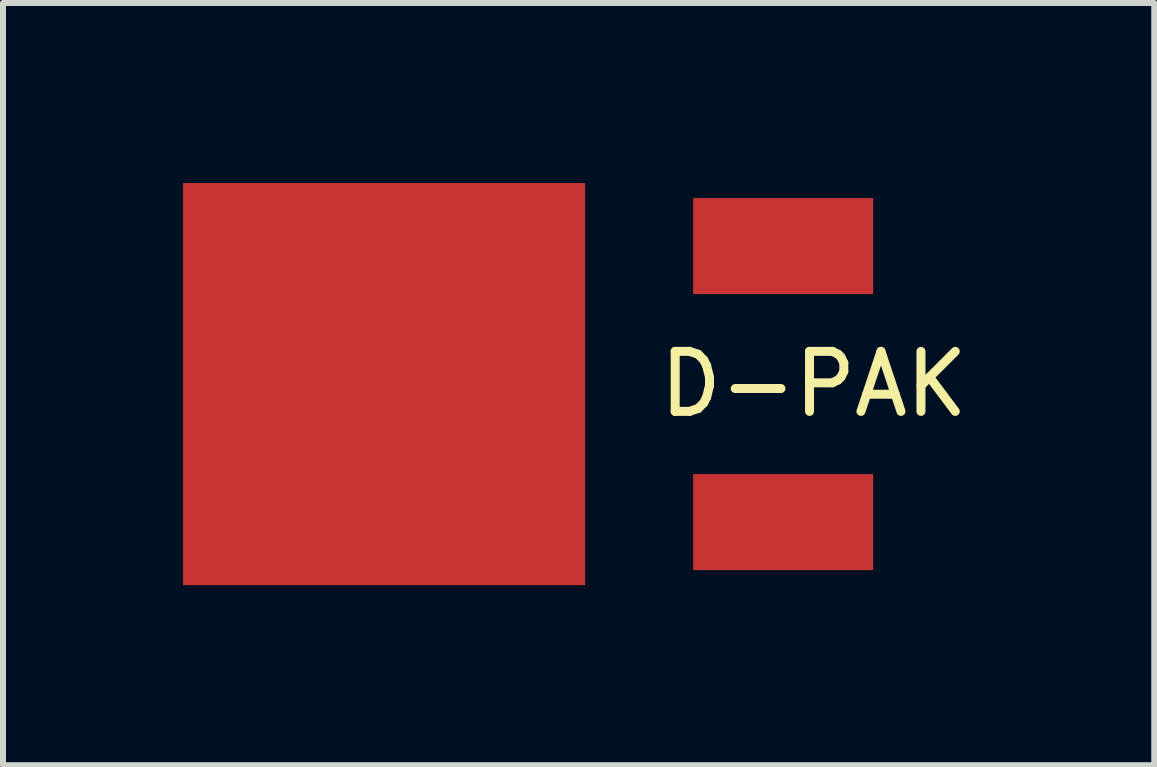
<source format=kicad_pcb>
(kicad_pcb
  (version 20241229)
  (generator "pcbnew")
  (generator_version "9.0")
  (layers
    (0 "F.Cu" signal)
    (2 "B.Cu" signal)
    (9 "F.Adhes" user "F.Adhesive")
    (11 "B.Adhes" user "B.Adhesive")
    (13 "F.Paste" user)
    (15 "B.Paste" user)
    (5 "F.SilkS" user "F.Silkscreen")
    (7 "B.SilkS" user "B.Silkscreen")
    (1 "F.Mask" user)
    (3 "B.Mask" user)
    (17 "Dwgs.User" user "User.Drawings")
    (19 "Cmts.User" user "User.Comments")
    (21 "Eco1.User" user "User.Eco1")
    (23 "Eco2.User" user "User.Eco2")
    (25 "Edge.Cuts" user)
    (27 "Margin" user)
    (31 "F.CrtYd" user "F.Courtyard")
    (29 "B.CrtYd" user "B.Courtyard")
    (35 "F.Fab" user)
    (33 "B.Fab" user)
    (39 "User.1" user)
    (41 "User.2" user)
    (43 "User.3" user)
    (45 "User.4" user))
  (footprint "D-PAK"
    (layer "F.Cu")
    (at 6.7 3.35)
    (property "Reference" "D-PAK" (at 3.81 0 0) (layer "F.SilkS") (effects (font (size 1 1) (thickness 0.15))))
    (attr through_hole)
    (pad "1" smd rect (at 3.3 2.3) (size 3 1.6) (layers "F.Cu" "F.Mask" "F.Paste"))
    (pad "3" smd rect (at -3.35 0) (size 6.7 6.7) (layers "F.Cu" "F.Mask" "F.Paste"))
    (pad "5" smd rect (at 3.3 -2.3) (size 3 1.6) (layers "F.Cu" "F.Mask" "F.Paste")))
  (gr_rect
    (start -3 -3)
    (end 16.183 9.7)
    (stroke (width 0.1) (type default))
    (fill no)
    (layer "Edge.Cuts")))
</source>
